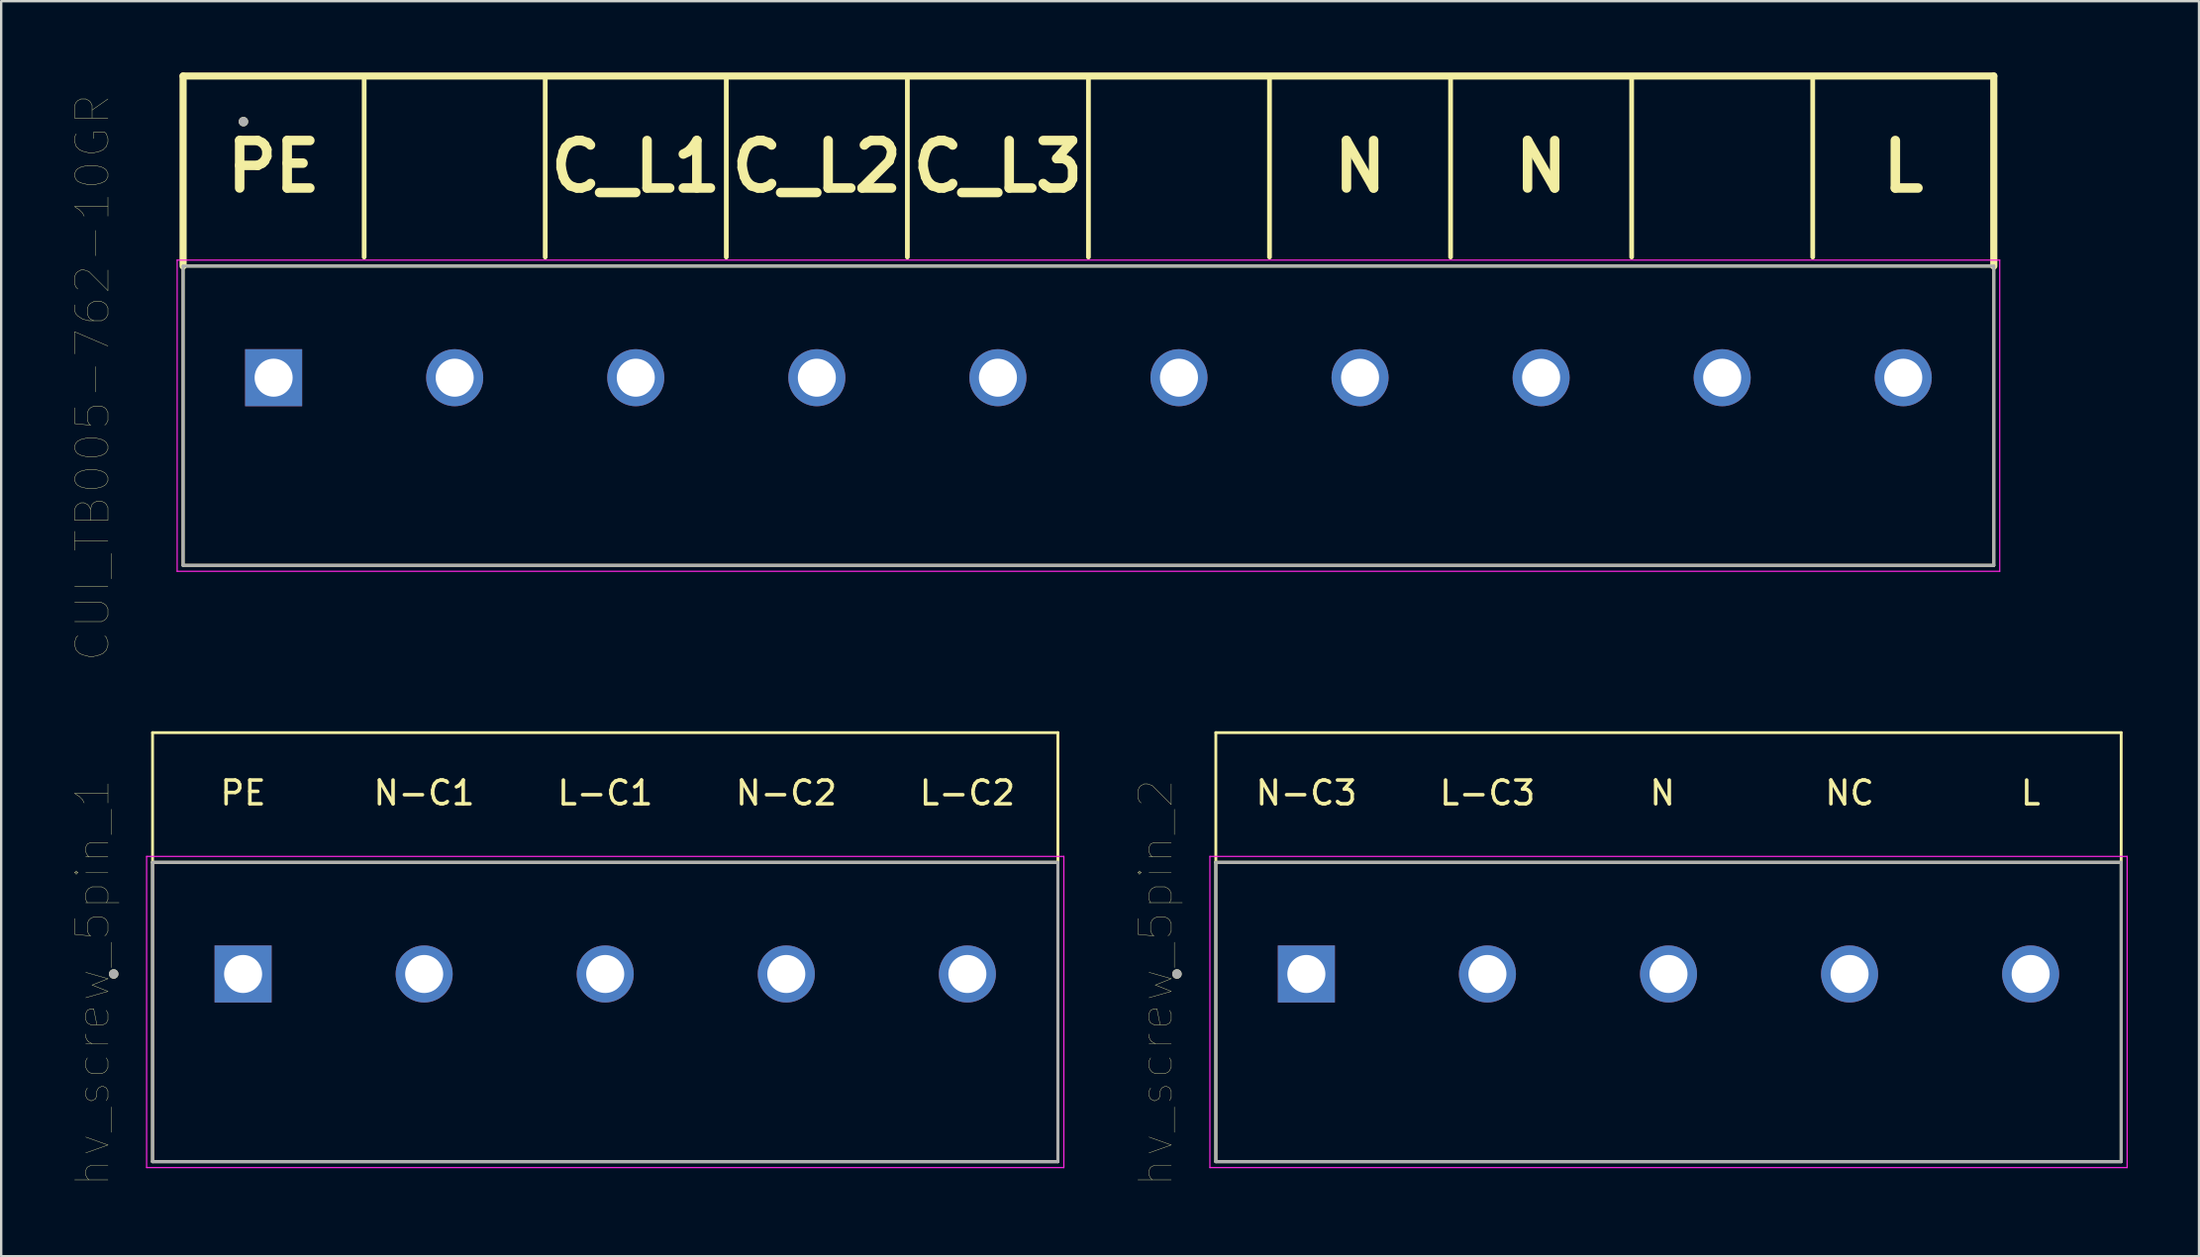
<source format=kicad_pcb>
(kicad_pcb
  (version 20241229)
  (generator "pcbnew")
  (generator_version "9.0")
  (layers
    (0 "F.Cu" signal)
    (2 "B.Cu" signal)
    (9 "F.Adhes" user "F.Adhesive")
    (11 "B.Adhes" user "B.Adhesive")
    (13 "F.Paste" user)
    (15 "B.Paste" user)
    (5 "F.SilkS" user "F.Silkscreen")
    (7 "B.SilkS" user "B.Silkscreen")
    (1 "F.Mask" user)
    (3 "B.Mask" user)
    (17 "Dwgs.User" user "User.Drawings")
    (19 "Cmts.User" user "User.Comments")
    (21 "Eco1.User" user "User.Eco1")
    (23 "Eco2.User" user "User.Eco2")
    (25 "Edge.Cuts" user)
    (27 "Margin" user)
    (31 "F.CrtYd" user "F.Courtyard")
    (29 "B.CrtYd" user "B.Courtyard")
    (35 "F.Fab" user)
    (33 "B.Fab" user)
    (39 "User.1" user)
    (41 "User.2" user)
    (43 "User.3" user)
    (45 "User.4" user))
  (footprint "hv_screw_5pin_1"
    (layer "F.Cu")
    (at 7.18 37.952)
    (property "Reference" "hv_screw_5pin_1" (at -6.335 0.365 90) (layer "F.SilkS") (effects (font (size 1.4 1.4) (thickness 0.015))))
    (attr through_hole)
    (fp_line (start -3.81 -10.16) (end 34.29 -10.16) (stroke (width 0.12) (type solid)) (layer "F.SilkS"))
    (fp_line (start -3.81 -4.7) (end -3.81 -10.16) (stroke (width 0.12) (type solid)) (layer "F.SilkS"))
    (fp_line (start -3.81 -4.7) (end 34.29 -4.7) (stroke (width 0.127) (type solid)) (layer "F.SilkS"))
    (fp_line (start -3.81 7.9) (end -3.81 -4.7) (stroke (width 0.127) (type solid)) (layer "F.SilkS"))
    (fp_line (start 34.29 -10.16) (end 34.29 -4.7) (stroke (width 0.12) (type solid)) (layer "F.SilkS"))
    (fp_line (start 34.29 -4.7) (end 34.29 7.9) (stroke (width 0.127) (type solid)) (layer "F.SilkS"))
    (fp_line (start 34.29 7.9) (end -3.81 7.9) (stroke (width 0.127) (type solid)) (layer "F.SilkS"))
    (fp_circle (center -5.446 0) (end -5.446 -0.1) (stroke (width 0.2) (type solid)) (fill no) (layer "F.SilkS"))
    (fp_line (start -4.06 -4.95) (end 34.54 -4.95) (stroke (width 0.05) (type solid)) (layer "F.CrtYd"))
    (fp_line (start -4.06 8.15) (end -4.06 -4.95) (stroke (width 0.05) (type solid)) (layer "F.CrtYd"))
    (fp_line (start 34.54 -4.95) (end 34.54 8.15) (stroke (width 0.05) (type solid)) (layer "F.CrtYd"))
    (fp_line (start 34.54 8.15) (end -4.06 8.15) (stroke (width 0.05) (type solid)) (layer "F.CrtYd"))
    (fp_line (start -3.81 -4.7) (end 34.29 -4.7) (stroke (width 0.127) (type solid)) (layer "F.Fab"))
    (fp_line (start -3.81 7.9) (end -3.81 -4.7) (stroke (width 0.127) (type solid)) (layer "F.Fab"))
    (fp_line (start 34.29 -4.7) (end 34.29 7.9) (stroke (width 0.127) (type solid)) (layer "F.Fab"))
    (fp_line (start 34.29 7.9) (end -3.81 7.9) (stroke (width 0.127) (type solid)) (layer "F.Fab"))
    (fp_circle (center -5.446 0) (end -5.446 -0.1) (stroke (width 0.2) (type solid)) (fill no) (layer "F.Fab"))
    (fp_text user "L-C2" (at 30.48 -7.62 0) (layer "F.SilkS") (effects (font (size 1 1) (thickness 0.15))))
    (fp_text user "PE" (at 0 -7.62 0) (layer "F.SilkS") (effects (font (size 1 1) (thickness 0.15))))
    (fp_text user "N-C1" (at 7.62 -7.62 0) (layer "F.SilkS") (effects (font (size 1 1) (thickness 0.15))))
    (fp_text user "L-C1" (at 15.24 -7.62 0) (layer "F.SilkS") (effects (font (size 1 1) (thickness 0.15))))
    (fp_text user "N-C2" (at 22.86 -7.62 0) (layer "F.SilkS") (effects (font (size 1 1) (thickness 0.15))))
    (pad "1" thru_hole rect (at 0 0) (size 2.4 2.4) (drill 1.6) (layers "*.Cu" "*.Mask"))
    (pad "2" thru_hole circle (at 7.62 0) (size 2.4 2.4) (drill 1.6) (layers "*.Cu" "*.Mask"))
    (pad "3" thru_hole circle (at 15.24 0) (size 2.4 2.4) (drill 1.6) (layers "*.Cu" "*.Mask"))
    (pad "4" thru_hole circle (at 22.86 0) (size 2.4 2.4) (drill 1.6) (layers "*.Cu" "*.Mask"))
    (pad "5" thru_hole circle (at 30.48 0) (size 2.4 2.4) (drill 1.6) (layers "*.Cu" "*.Mask")))
  (footprint "CUI_TB005-762-10GR"
    (layer "F.Cu")
    (at 8.465 12.85)
    (property "Reference" "CUI_TB005-762-10GR" (at -7.62 0 90) (layer "F.SilkS") (effects (font (size 1.4 1.4) (thickness 0.015))))
    (attr through_hole)
    (fp_line (start -3.81 -12.7) (end 72.39 -12.7) (stroke (width 0.3) (type solid)) (layer "F.SilkS"))
    (fp_line (start -3.81 -4.7) (end -3.81 -12.7) (stroke (width 0.3) (type solid)) (layer "F.SilkS"))
    (fp_line (start -3.81 -4.7) (end 72.39 -4.7) (stroke (width 0.127) (type solid)) (layer "F.SilkS"))
    (fp_line (start -3.81 7.9) (end -3.81 -4.7) (stroke (width 0.127) (type solid)) (layer "F.SilkS"))
    (fp_line (start 3.81 -5.08) (end 3.81 -12.7) (stroke (width 0.2) (type solid)) (layer "F.SilkS"))
    (fp_line (start 11.43 -5.08) (end 11.43 -12.7) (stroke (width 0.2) (type solid)) (layer "F.SilkS"))
    (fp_line (start 19.05 -5.08) (end 19.05 -12.7) (stroke (width 0.2) (type solid)) (layer "F.SilkS"))
    (fp_line (start 26.67 -5.08) (end 26.67 -12.7) (stroke (width 0.2) (type solid)) (layer "F.SilkS"))
    (fp_line (start 34.29 -5.08) (end 34.29 -12.7) (stroke (width 0.2) (type solid)) (layer "F.SilkS"))
    (fp_line (start 41.91 -5.08) (end 41.91 -12.7) (stroke (width 0.2) (type solid)) (layer "F.SilkS"))
    (fp_line (start 49.53 -5.08) (end 49.53 -12.7) (stroke (width 0.2) (type solid)) (layer "F.SilkS"))
    (fp_line (start 57.15 -5.08) (end 57.15 -12.7) (stroke (width 0.2) (type solid)) (layer "F.SilkS"))
    (fp_line (start 64.77 -5.08) (end 64.77 -12.7) (stroke (width 0.2) (type solid)) (layer "F.SilkS"))
    (fp_line (start 72.39 -12.7) (end 72.39 -4.7) (stroke (width 0.3) (type solid)) (layer "F.SilkS"))
    (fp_line (start 72.39 -4.7) (end 72.39 7.9) (stroke (width 0.127) (type solid)) (layer "F.SilkS"))
    (fp_line (start 72.39 7.9) (end -3.81 7.9) (stroke (width 0.127) (type solid)) (layer "F.SilkS"))
    (fp_circle (center -1.27 -10.78) (end -1.17 -10.78) (stroke (width 0.2) (type solid)) (fill no) (layer "F.SilkS"))
    (fp_line (start -4.06 -4.95) (end 72.64 -4.95) (stroke (width 0.05) (type solid)) (layer "F.CrtYd"))
    (fp_line (start -4.06 8.15) (end -4.06 -4.95) (stroke (width 0.05) (type solid)) (layer "F.CrtYd"))
    (fp_line (start 72.64 -4.95) (end 72.64 8.15) (stroke (width 0.05) (type solid)) (layer "F.CrtYd"))
    (fp_line (start 72.64 8.15) (end -4.06 8.15) (stroke (width 0.05) (type solid)) (layer "F.CrtYd"))
    (fp_line (start -3.81 -4.7) (end 72.39 -4.7) (stroke (width 0.127) (type solid)) (layer "F.Fab"))
    (fp_line (start -3.81 7.9) (end -3.81 -4.7) (stroke (width 0.127) (type solid)) (layer "F.Fab"))
    (fp_line (start 72.39 -4.7) (end 72.39 7.9) (stroke (width 0.127) (type solid)) (layer "F.Fab"))
    (fp_line (start 72.39 7.9) (end -3.81 7.9) (stroke (width 0.127) (type solid)) (layer "F.Fab"))
    (fp_circle (center -1.27 -10.78) (end -1.17 -10.78) (stroke (width 0.2) (type solid)) (fill no) (layer "F.Fab"))
    (fp_text user "PE" (at 0 -8.89 0) (layer "F.SilkS") (effects (font (size 2 2) (thickness 0.4))))
    (fp_text user "C_L2" (at 22.86 -8.89 0) (layer "F.SilkS") (effects (font (size 2 2) (thickness 0.4))))
    (fp_text user "C_L1" (at 15.24 -8.89 0) (layer "F.SilkS") (effects (font (size 2 2) (thickness 0.4))))
    (fp_text user "N" (at 53.34 -8.89 0) (layer "F.SilkS") (effects (font (size 2 2) (thickness 0.4))))
    (fp_text user "C_L3" (at 30.48 -8.89 0) (layer "F.SilkS") (effects (font (size 2 2) (thickness 0.4))))
    (fp_text user "L" (at 68.58 -8.89 0) (layer "F.SilkS") (effects (font (size 2 2) (thickness 0.4))))
    (fp_text user "N" (at 45.72 -8.89 0) (layer "F.SilkS") (effects (font (size 2 2) (thickness 0.4))))
    (pad "1" thru_hole rect (at 0 0) (size 2.4 2.4) (drill 1.6) (layers "*.Cu" "*.Mask"))
    (pad "2" thru_hole circle (at 7.62 0) (size 2.4 2.4) (drill 1.6) (layers "*.Cu" "*.Mask"))
    (pad "3" thru_hole circle (at 15.24 0) (size 2.4 2.4) (drill 1.6) (layers "*.Cu" "*.Mask"))
    (pad "4" thru_hole circle (at 22.86 0) (size 2.4 2.4) (drill 1.6) (layers "*.Cu" "*.Mask"))
    (pad "5" thru_hole circle (at 30.48 0) (size 2.4 2.4) (drill 1.6) (layers "*.Cu" "*.Mask"))
    (pad "6" thru_hole circle (at 38.1 0) (size 2.4 2.4) (drill 1.6) (layers "*.Cu" "*.Mask"))
    (pad "7" thru_hole circle (at 45.72 0) (size 2.4 2.4) (drill 1.6) (layers "*.Cu" "*.Mask"))
    (pad "8" thru_hole circle (at 53.34 0) (size 2.4 2.4) (drill 1.6) (layers "*.Cu" "*.Mask"))
    (pad "9" thru_hole circle (at 60.96 0) (size 2.4 2.4) (drill 1.6) (layers "*.Cu" "*.Mask"))
    (pad "10" thru_hole circle (at 68.58 0) (size 2.4 2.4) (drill 1.6) (layers "*.Cu" "*.Mask")))
  (footprint "hv_screw_5pin_2"
    (layer "F.Cu")
    (at 51.926 37.952)
    (property "Reference" "hv_screw_5pin_2" (at -6.335 0.365 90) (layer "F.SilkS") (effects (font (size 1.4 1.4) (thickness 0.015))))
    (attr through_hole)
    (fp_line (start -3.81 -10.16) (end 34.29 -10.16) (stroke (width 0.12) (type solid)) (layer "F.SilkS"))
    (fp_line (start -3.81 -4.7) (end -3.81 -10.16) (stroke (width 0.12) (type solid)) (layer "F.SilkS"))
    (fp_line (start -3.81 -4.7) (end 34.29 -4.7) (stroke (width 0.127) (type solid)) (layer "F.SilkS"))
    (fp_line (start -3.81 7.9) (end -3.81 -4.7) (stroke (width 0.127) (type solid)) (layer "F.SilkS"))
    (fp_line (start 34.29 -10.16) (end 34.29 -4.7) (stroke (width 0.12) (type solid)) (layer "F.SilkS"))
    (fp_line (start 34.29 -4.7) (end 34.29 7.9) (stroke (width 0.127) (type solid)) (layer "F.SilkS"))
    (fp_line (start 34.29 7.9) (end -3.81 7.9) (stroke (width 0.127) (type solid)) (layer "F.SilkS"))
    (fp_circle (center -5.446 0) (end -5.446 -0.1) (stroke (width 0.2) (type solid)) (fill no) (layer "F.SilkS"))
    (fp_line (start -4.06 -4.95) (end 34.54 -4.95) (stroke (width 0.05) (type solid)) (layer "F.CrtYd"))
    (fp_line (start -4.06 8.15) (end -4.06 -4.95) (stroke (width 0.05) (type solid)) (layer "F.CrtYd"))
    (fp_line (start 34.54 -4.95) (end 34.54 8.15) (stroke (width 0.05) (type solid)) (layer "F.CrtYd"))
    (fp_line (start 34.54 8.15) (end -4.06 8.15) (stroke (width 0.05) (type solid)) (layer "F.CrtYd"))
    (fp_line (start -3.81 -4.7) (end 34.29 -4.7) (stroke (width 0.127) (type solid)) (layer "F.Fab"))
    (fp_line (start -3.81 7.9) (end -3.81 -4.7) (stroke (width 0.127) (type solid)) (layer "F.Fab"))
    (fp_line (start 34.29 -4.7) (end 34.29 7.9) (stroke (width 0.127) (type solid)) (layer "F.Fab"))
    (fp_line (start 34.29 7.9) (end -3.81 7.9) (stroke (width 0.127) (type solid)) (layer "F.Fab"))
    (fp_circle (center -5.446 0) (end -5.446 -0.1) (stroke (width 0.2) (type solid)) (fill no) (layer "F.Fab"))
    (fp_text user "L" (at 30.48 -7.62 0) (layer "F.SilkS") (effects (font (size 1 1) (thickness 0.15))))
    (fp_text user "N-C3" (at 0 -7.62 0) (layer "F.SilkS") (effects (font (size 1 1) (thickness 0.15))))
    (fp_text user "L-C3" (at 7.62 -7.62 0) (layer "F.SilkS") (effects (font (size 1 1) (thickness 0.15))))
    (fp_text user "NC" (at 22.86 -7.62 0) (layer "F.SilkS") (effects (font (size 1 1) (thickness 0.15))))
    (fp_text user "N" (at 14.986 -7.62 0) (layer "F.SilkS") (effects (font (size 1 1) (thickness 0.15))))
    (pad "1" thru_hole rect (at 0 0) (size 2.4 2.4) (drill 1.6) (layers "*.Cu" "*.Mask"))
    (pad "2" thru_hole circle (at 7.62 0) (size 2.4 2.4) (drill 1.6) (layers "*.Cu" "*.Mask"))
    (pad "3" thru_hole circle (at 15.24 0) (size 2.4 2.4) (drill 1.6) (layers "*.Cu" "*.Mask"))
    (pad "4" thru_hole circle (at 22.86 0) (size 2.4 2.4) (drill 1.6) (layers "*.Cu" "*.Mask"))
    (pad "5" thru_hole circle (at 30.48 0) (size 2.4 2.4) (drill 1.6) (layers "*.Cu" "*.Mask")))
  (gr_rect
    (start -3 -3)
    (end 89.491 49.833)
    (stroke (width 0.1) (type default))
    (fill no)
    (layer "Edge.Cuts")))
</source>
